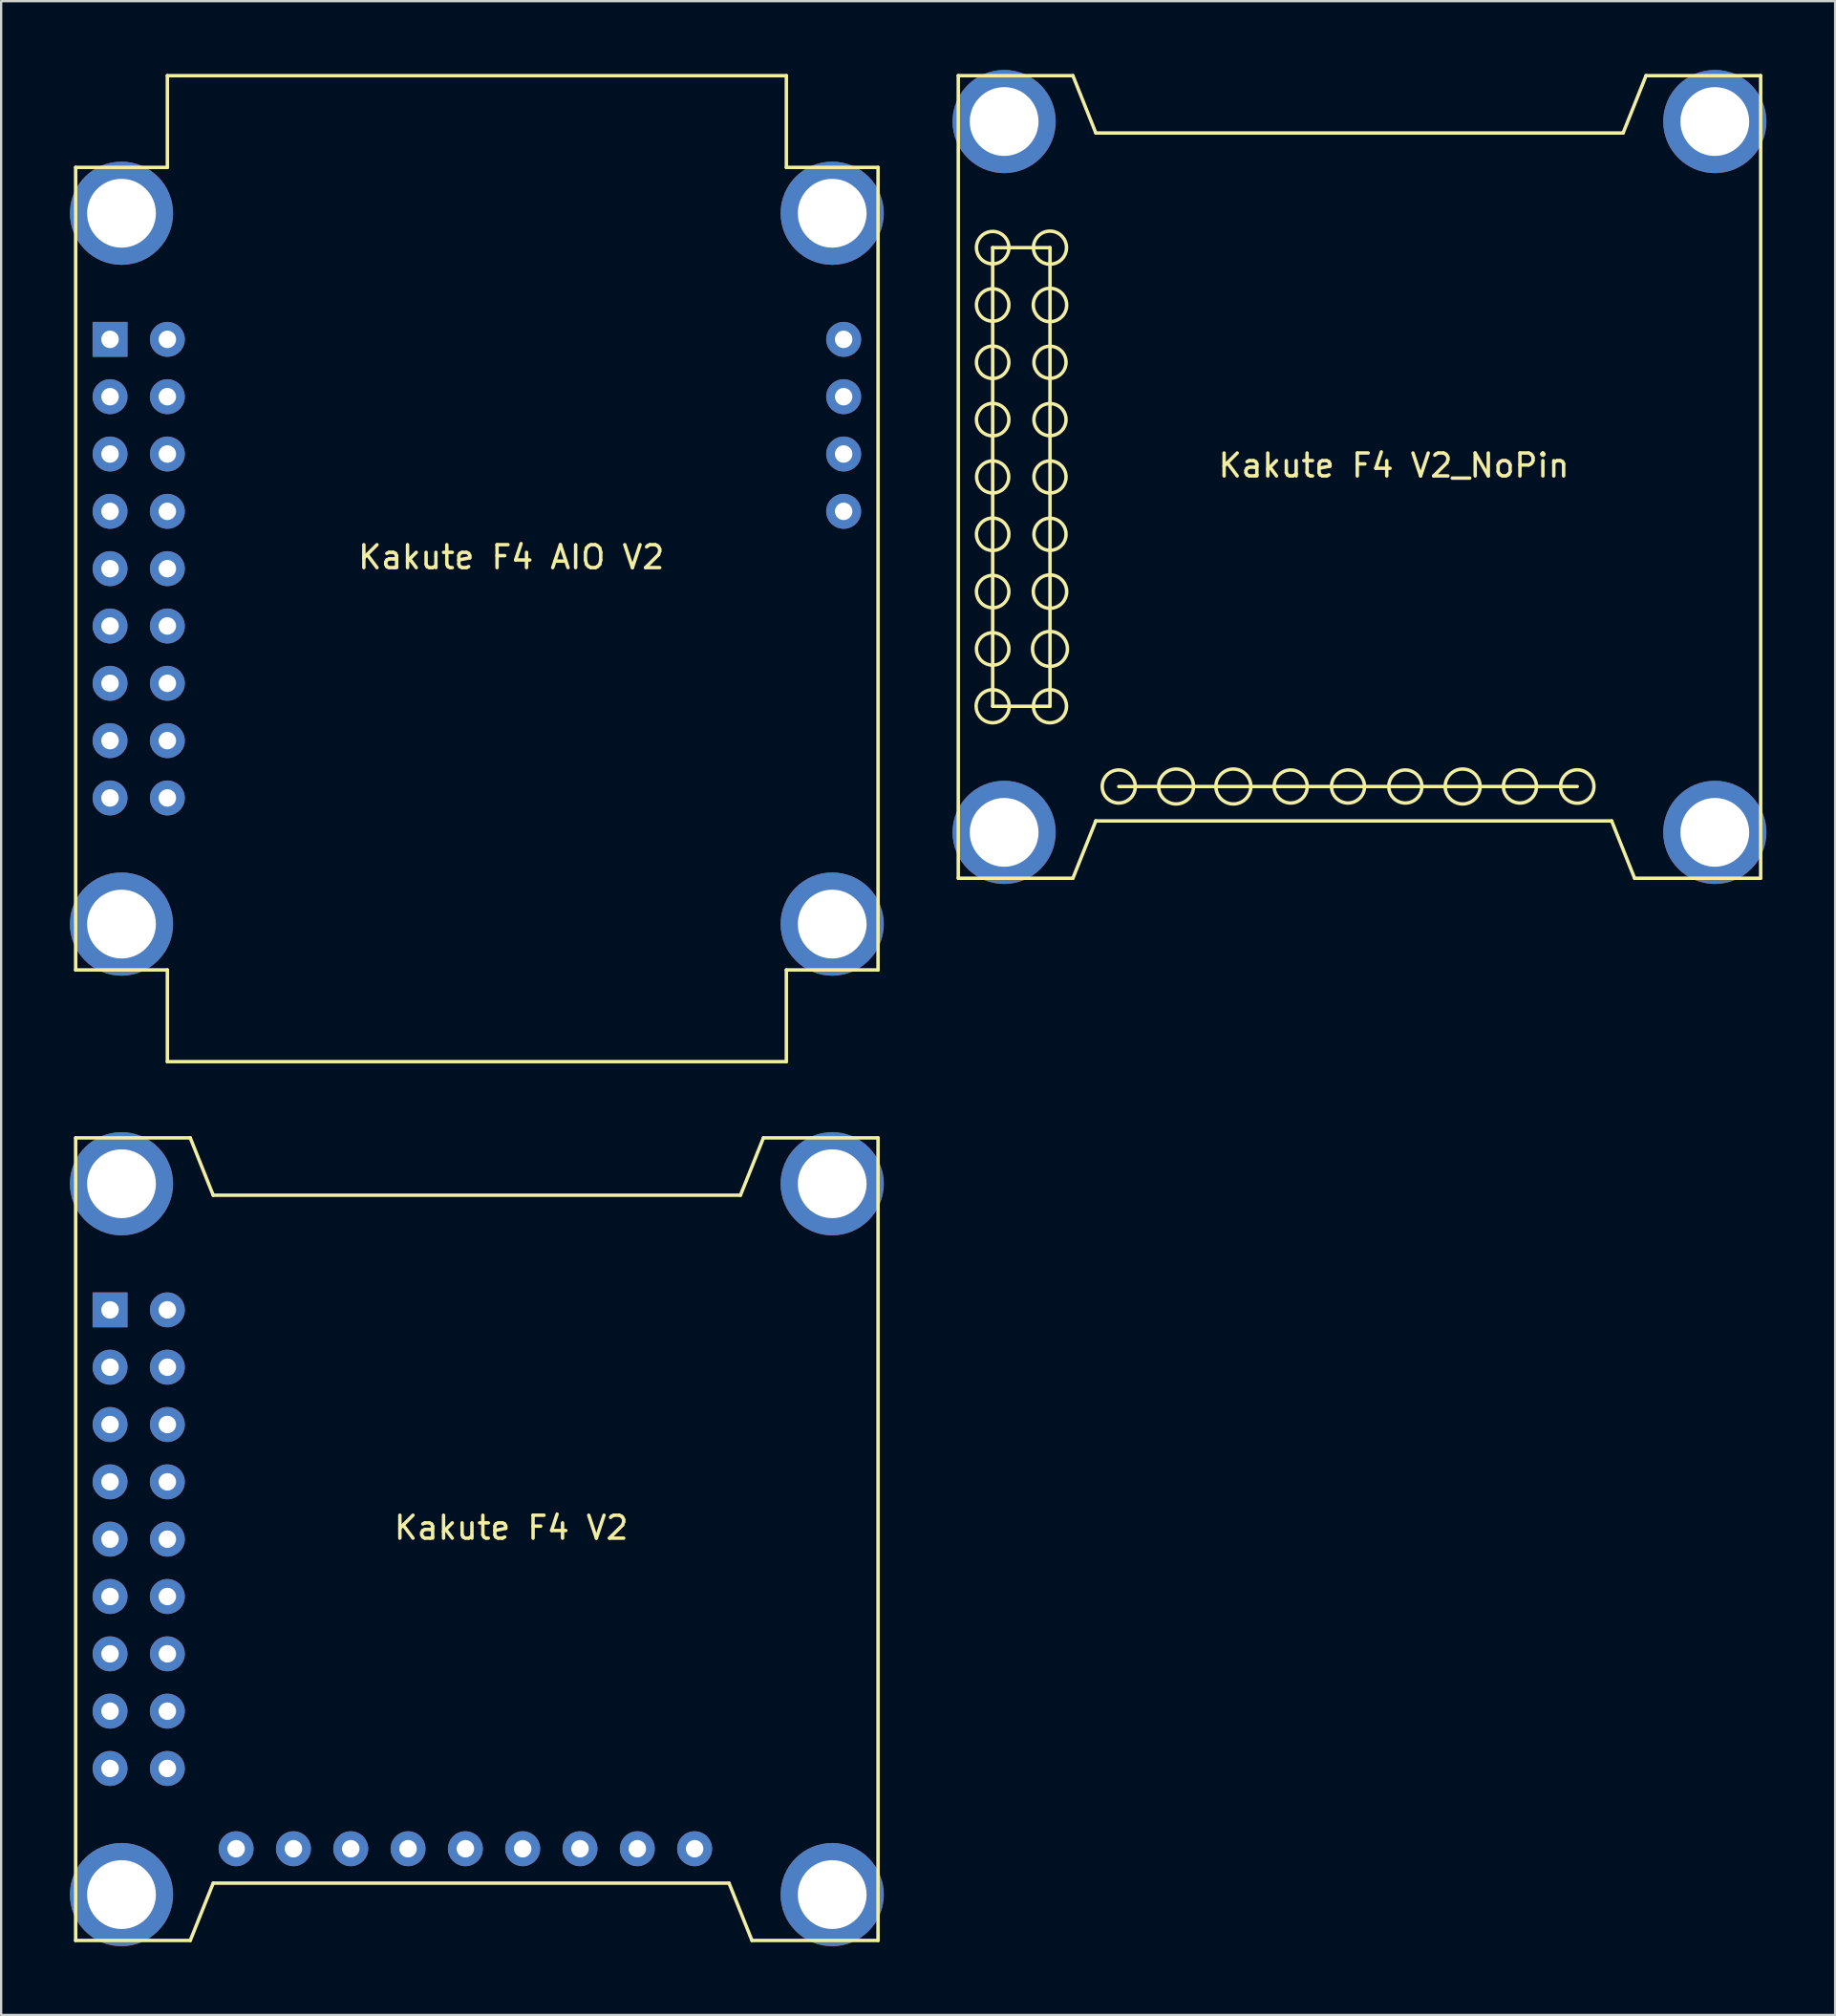
<source format=kicad_pcb>
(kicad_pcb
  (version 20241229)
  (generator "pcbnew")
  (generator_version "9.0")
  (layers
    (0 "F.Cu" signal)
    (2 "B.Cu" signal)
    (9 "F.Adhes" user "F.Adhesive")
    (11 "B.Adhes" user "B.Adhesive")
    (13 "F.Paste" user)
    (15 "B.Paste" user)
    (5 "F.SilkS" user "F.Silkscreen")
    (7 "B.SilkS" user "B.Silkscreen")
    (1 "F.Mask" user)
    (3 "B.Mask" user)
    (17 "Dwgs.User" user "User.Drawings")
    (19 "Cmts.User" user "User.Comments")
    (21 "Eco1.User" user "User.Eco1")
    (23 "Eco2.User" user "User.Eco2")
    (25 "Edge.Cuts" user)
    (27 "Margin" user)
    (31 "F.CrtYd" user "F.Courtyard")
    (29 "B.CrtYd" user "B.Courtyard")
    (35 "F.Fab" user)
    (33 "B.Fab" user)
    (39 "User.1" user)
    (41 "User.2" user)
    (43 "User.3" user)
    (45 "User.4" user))
  (footprint "Kakute F4 V2_NoPin"
    (layer "F.Cu")
    (at 38.75 0.25)
    (property "Reference" "Kakute F4 V2_NoPin" (at 19 17 0) (layer "F.SilkS") (effects (font (size 1 1) (thickness 0.15))))
    (attr through_hole)
    (fp_line (start 0 0) (end 5 0) (stroke (width 0.15) (type solid)) (layer "F.SilkS"))
    (fp_line (start 0 35) (end 0 0) (stroke (width 0.15) (type solid)) (layer "F.SilkS"))
    (fp_line (start 1.5 7.5) (end 4 7.5) (stroke (width 0.15) (type solid)) (layer "F.SilkS"))
    (fp_line (start 1.5 27.5) (end 1.5 7.5) (stroke (width 0.15) (type solid)) (layer "F.SilkS"))
    (fp_line (start 4 7.5) (end 4 27.5) (stroke (width 0.15) (type solid)) (layer "F.SilkS"))
    (fp_line (start 4 27.5) (end 1.5 27.5) (stroke (width 0.15) (type solid)) (layer "F.SilkS"))
    (fp_line (start 5 0) (end 6 2.5) (stroke (width 0.15) (type solid)) (layer "F.SilkS"))
    (fp_line (start 5 35) (end 0 35) (stroke (width 0.15) (type solid)) (layer "F.SilkS"))
    (fp_line (start 6 2.5) (end 29 2.5) (stroke (width 0.15) (type solid)) (layer "F.SilkS"))
    (fp_line (start 6 32.5) (end 5 35) (stroke (width 0.15) (type solid)) (layer "F.SilkS"))
    (fp_line (start 7 31) (end 27 31) (stroke (width 0.15) (type solid)) (layer "F.SilkS"))
    (fp_line (start 28.5 32.5) (end 6 32.5) (stroke (width 0.15) (type solid)) (layer "F.SilkS"))
    (fp_line (start 29 2.5) (end 30 0) (stroke (width 0.15) (type solid)) (layer "F.SilkS"))
    (fp_line (start 29.5 35) (end 28.5 32.5) (stroke (width 0.15) (type solid)) (layer "F.SilkS"))
    (fp_line (start 30 0) (end 35 0) (stroke (width 0.15) (type solid)) (layer "F.SilkS"))
    (fp_line (start 35 0) (end 35 35) (stroke (width 0.15) (type solid)) (layer "F.SilkS"))
    (fp_line (start 35 35) (end 29.5 35) (stroke (width 0.15) (type solid)) (layer "F.SilkS"))
    (fp_circle (center 1.5 7.5) (end 2 7) (stroke (width 0.15) (type solid)) (fill no) (layer "F.SilkS"))
    (fp_circle (center 1.5 10) (end 2.2 10.1) (stroke (width 0.15) (type solid)) (fill no) (layer "F.SilkS"))
    (fp_circle (center 1.5 12.5) (end 2.2 12.6) (stroke (width 0.15) (type solid)) (fill no) (layer "F.SilkS"))
    (fp_circle (center 1.5 15) (end 2.2 14.9) (stroke (width 0.15) (type solid)) (fill no) (layer "F.SilkS"))
    (fp_circle (center 1.5 17.5) (end 2.2 17.5) (stroke (width 0.15) (type solid)) (fill no) (layer "F.SilkS"))
    (fp_circle (center 1.5 20) (end 2.2 19.9) (stroke (width 0.15) (type solid)) (fill no) (layer "F.SilkS"))
    (fp_circle (center 1.5 22.5) (end 2.2 22.4) (stroke (width 0.15) (type solid)) (fill no) (layer "F.SilkS"))
    (fp_circle (center 1.5 25) (end 2.2 24.9) (stroke (width 0.15) (type solid)) (fill no) (layer "F.SilkS"))
    (fp_circle (center 1.5 27.5) (end 1.9 28.1) (stroke (width 0.15) (type solid)) (fill no) (layer "F.SilkS"))
    (fp_circle (center 4 7.5) (end 4.6 7.1) (stroke (width 0.15) (type solid)) (fill no) (layer "F.SilkS"))
    (fp_circle (center 4 10) (end 4.7 10.2) (stroke (width 0.15) (type solid)) (fill no) (layer "F.SilkS"))
    (fp_circle (center 4 12.5) (end 4.7 12.5) (stroke (width 0.15) (type solid)) (fill no) (layer "F.SilkS"))
    (fp_circle (center 4 15) (end 4.7 15) (stroke (width 0.15) (type solid)) (fill no) (layer "F.SilkS"))
    (fp_circle (center 4 17.5) (end 4.7 17.5) (stroke (width 0.15) (type solid)) (fill no) (layer "F.SilkS"))
    (fp_circle (center 4 20) (end 4.7 20) (stroke (width 0.15) (type solid)) (fill no) (layer "F.SilkS"))
    (fp_circle (center 4 22.5) (end 4.7 22.3) (stroke (width 0.15) (type solid)) (fill no) (layer "F.SilkS"))
    (fp_circle (center 4 25) (end 4.7 24.7) (stroke (width 0.15) (type solid)) (fill no) (layer "F.SilkS"))
    (fp_circle (center 4 27.5) (end 4.6 27.1) (stroke (width 0.15) (type solid)) (fill no) (layer "F.SilkS"))
    (fp_circle (center 7 31) (end 7.6 30.6) (stroke (width 0.15) (type solid)) (fill no) (layer "F.SilkS"))
    (fp_circle (center 9.5 31) (end 10.2 30.7) (stroke (width 0.15) (type solid)) (fill no) (layer "F.SilkS"))
    (fp_circle (center 12 31) (end 12.7 30.7) (stroke (width 0.15) (type solid)) (fill no) (layer "F.SilkS"))
    (fp_circle (center 14.5 31) (end 15.1 30.6) (stroke (width 0.15) (type solid)) (fill no) (layer "F.SilkS"))
    (fp_circle (center 17 31) (end 17.6 30.6) (stroke (width 0.15) (type solid)) (fill no) (layer "F.SilkS"))
    (fp_circle (center 19.5 31) (end 20.1 30.6) (stroke (width 0.15) (type solid)) (fill no) (layer "F.SilkS"))
    (fp_circle (center 22 31) (end 22.7 30.7) (stroke (width 0.15) (type solid)) (fill no) (layer "F.SilkS"))
    (fp_circle (center 24.5 31) (end 25.1 30.6) (stroke (width 0.15) (type solid)) (fill no) (layer "F.SilkS"))
    (fp_circle (center 27 31) (end 27.7 30.8) (stroke (width 0.15) (type solid)) (fill no) (layer "F.SilkS"))
    (pad "" np_thru_hole circle (at 2 2) (size 4.5 4.5) (drill 3) (layers "*.Cu" "*.Mask"))
    (pad "" np_thru_hole circle (at 2 33) (size 4.5 4.5) (drill 3) (layers "*.Cu" "*.Mask"))
    (pad "" np_thru_hole circle (at 33 2) (size 4.5 4.5) (drill 3) (layers "*.Cu" "*.Mask"))
    (pad "" np_thru_hole circle (at 33 33) (size 4.5 4.5) (drill 3) (layers "*.Cu" "*.Mask")))
  (footprint "Kakute F4 V2"
    (layer "F.Cu")
    (at 0.25 46.575)
    (property "Reference" "Kakute F4 V2" (at 19 17 0) (layer "F.SilkS") (effects (font (size 1 1) (thickness 0.15))))
    (attr through_hole)
    (fp_line (start 0 0) (end 5 0) (stroke (width 0.15) (type solid)) (layer "F.SilkS"))
    (fp_line (start 0 35) (end 0 0) (stroke (width 0.15) (type solid)) (layer "F.SilkS"))
    (fp_line (start 5 0) (end 6 2.5) (stroke (width 0.15) (type solid)) (layer "F.SilkS"))
    (fp_line (start 5 35) (end 0 35) (stroke (width 0.15) (type solid)) (layer "F.SilkS"))
    (fp_line (start 6 2.5) (end 29 2.5) (stroke (width 0.15) (type solid)) (layer "F.SilkS"))
    (fp_line (start 6 32.5) (end 5 35) (stroke (width 0.15) (type solid)) (layer "F.SilkS"))
    (fp_line (start 28.5 32.5) (end 6 32.5) (stroke (width 0.15) (type solid)) (layer "F.SilkS"))
    (fp_line (start 29 2.5) (end 30 0) (stroke (width 0.15) (type solid)) (layer "F.SilkS"))
    (fp_line (start 29.5 35) (end 28.5 32.5) (stroke (width 0.15) (type solid)) (layer "F.SilkS"))
    (fp_line (start 30 0) (end 35 0) (stroke (width 0.15) (type solid)) (layer "F.SilkS"))
    (fp_line (start 35 0) (end 35 35) (stroke (width 0.15) (type solid)) (layer "F.SilkS"))
    (fp_line (start 35 35) (end 29.5 35) (stroke (width 0.15) (type solid)) (layer "F.SilkS"))
    (pad "" np_thru_hole circle (at 2 2) (size 4.5 4.5) (drill 3) (layers "*.Cu" "*.Mask"))
    (pad "" np_thru_hole circle (at 2 33) (size 4.5 4.5) (drill 3) (layers "*.Cu" "*.Mask"))
    (pad "" np_thru_hole circle (at 33 2) (size 4.5 4.5) (drill 3) (layers "*.Cu" "*.Mask"))
    (pad "" np_thru_hole circle (at 33 33) (size 4.5 4.5) (drill 3) (layers "*.Cu" "*.Mask"))
    (pad "1" thru_hole rect (at 1.5 7.5) (size 1.524 1.524) (drill 0.762) (layers "*.Cu" "*.Mask"))
    (pad "2" thru_hole circle (at 4 7.5) (size 1.524 1.524) (drill 0.762) (layers "*.Cu" "*.Mask"))
    (pad "3" thru_hole circle (at 1.5 10) (size 1.524 1.524) (drill 0.762) (layers "*.Cu" "*.Mask"))
    (pad "4" thru_hole circle (at 4 10) (size 1.524 1.524) (drill 0.762) (layers "*.Cu" "*.Mask"))
    (pad "5" thru_hole circle (at 1.5 12.5) (size 1.524 1.524) (drill 0.762) (layers "*.Cu" "*.Mask"))
    (pad "6" thru_hole circle (at 4 12.5) (size 1.524 1.524) (drill 0.762) (layers "*.Cu" "*.Mask"))
    (pad "7" thru_hole circle (at 1.5 15) (size 1.524 1.524) (drill 0.762) (layers "*.Cu" "*.Mask"))
    (pad "8" thru_hole circle (at 4 15) (size 1.524 1.524) (drill 0.762) (layers "*.Cu" "*.Mask"))
    (pad "9" thru_hole circle (at 1.5 17.5) (size 1.524 1.524) (drill 0.762) (layers "*.Cu" "*.Mask"))
    (pad "10" thru_hole circle (at 4 17.5) (size 1.524 1.524) (drill 0.762) (layers "*.Cu" "*.Mask"))
    (pad "11" thru_hole circle (at 1.5 20) (size 1.524 1.524) (drill 0.762) (layers "*.Cu" "*.Mask"))
    (pad "12" thru_hole circle (at 4 20) (size 1.524 1.524) (drill 0.762) (layers "*.Cu" "*.Mask"))
    (pad "13" thru_hole circle (at 1.5 22.5) (size 1.524 1.524) (drill 0.762) (layers "*.Cu" "*.Mask"))
    (pad "14" thru_hole circle (at 4 22.5) (size 1.524 1.524) (drill 0.762) (layers "*.Cu" "*.Mask"))
    (pad "15" thru_hole circle (at 1.5 25) (size 1.524 1.524) (drill 0.762) (layers "*.Cu" "*.Mask"))
    (pad "16" thru_hole circle (at 4 25) (size 1.524 1.524) (drill 0.762) (layers "*.Cu" "*.Mask"))
    (pad "17" thru_hole circle (at 1.5 27.5) (size 1.524 1.524) (drill 0.762) (layers "*.Cu" "*.Mask"))
    (pad "18" thru_hole circle (at 4 27.5) (size 1.524 1.524) (drill 0.762) (layers "*.Cu" "*.Mask"))
    (pad "19" thru_hole circle (at 7 31) (size 1.524 1.524) (drill 0.762) (layers "*.Cu" "*.Mask"))
    (pad "20" thru_hole circle (at 9.5 31) (size 1.524 1.524) (drill 0.762) (layers "*.Cu" "*.Mask"))
    (pad "21" thru_hole circle (at 12 31) (size 1.524 1.524) (drill 0.762) (layers "*.Cu" "*.Mask"))
    (pad "22" thru_hole circle (at 14.5 31) (size 1.524 1.524) (drill 0.762) (layers "*.Cu" "*.Mask"))
    (pad "23" thru_hole circle (at 17 31) (size 1.524 1.524) (drill 0.762) (layers "*.Cu" "*.Mask"))
    (pad "24" thru_hole circle (at 19.5 31) (size 1.524 1.524) (drill 0.762) (layers "*.Cu" "*.Mask"))
    (pad "25" thru_hole circle (at 22 31) (size 1.524 1.524) (drill 0.762) (layers "*.Cu" "*.Mask"))
    (pad "26" thru_hole circle (at 24.5 31) (size 1.524 1.524) (drill 0.762) (layers "*.Cu" "*.Mask"))
    (pad "27" thru_hole circle (at 27 31) (size 1.524 1.524) (drill 0.762) (layers "*.Cu" "*.Mask")))
  (footprint "Kakute F4 AIO V2"
    (layer "F.Cu")
    (at 0.25 0.25)
    (property "Reference" "Kakute F4 AIO V2" (at 19 21 0) (layer "F.SilkS") (effects (font (size 1 1) (thickness 0.15))))
    (attr through_hole)
    (fp_line (start 0 4) (end 4 4) (stroke (width 0.15) (type solid)) (layer "F.SilkS"))
    (fp_line (start 0 39) (end 0 4) (stroke (width 0.15) (type solid)) (layer "F.SilkS"))
    (fp_line (start 4 0) (end 31 0) (stroke (width 0.15) (type solid)) (layer "F.SilkS"))
    (fp_line (start 4 4) (end 4 0) (stroke (width 0.15) (type solid)) (layer "F.SilkS"))
    (fp_line (start 4 39) (end 0 39) (stroke (width 0.15) (type solid)) (layer "F.SilkS"))
    (fp_line (start 4 43) (end 4 39) (stroke (width 0.15) (type solid)) (layer "F.SilkS"))
    (fp_line (start 31 0) (end 31 4) (stroke (width 0.15) (type solid)) (layer "F.SilkS"))
    (fp_line (start 31 4) (end 35 4) (stroke (width 0.15) (type solid)) (layer "F.SilkS"))
    (fp_line (start 31 39) (end 31 43) (stroke (width 0.15) (type solid)) (layer "F.SilkS"))
    (fp_line (start 31 43) (end 4 43) (stroke (width 0.15) (type solid)) (layer "F.SilkS"))
    (fp_line (start 35 4) (end 35 39) (stroke (width 0.15) (type solid)) (layer "F.SilkS"))
    (fp_line (start 35 39) (end 31 39) (stroke (width 0.15) (type solid)) (layer "F.SilkS"))
    (pad "" np_thru_hole circle (at 2 6) (size 4.5 4.5) (drill 3) (layers "*.Cu" "*.Mask"))
    (pad "" np_thru_hole circle (at 2 37) (size 4.5 4.5) (drill 3) (layers "*.Cu" "*.Mask"))
    (pad "" np_thru_hole circle (at 33 6) (size 4.5 4.5) (drill 3) (layers "*.Cu" "*.Mask"))
    (pad "" np_thru_hole circle (at 33 37) (size 4.5 4.5) (drill 3) (layers "*.Cu" "*.Mask"))
    (pad "1" thru_hole rect (at 1.5 11.5) (size 1.524 1.524) (drill 0.762) (layers "*.Cu" "*.Mask"))
    (pad "2" thru_hole circle (at 4 11.5) (size 1.524 1.524) (drill 0.762) (layers "*.Cu" "*.Mask"))
    (pad "3" thru_hole circle (at 1.5 14) (size 1.524 1.524) (drill 0.762) (layers "*.Cu" "*.Mask"))
    (pad "4" thru_hole circle (at 4 14) (size 1.524 1.524) (drill 0.762) (layers "*.Cu" "*.Mask"))
    (pad "5" thru_hole circle (at 1.5 16.5) (size 1.524 1.524) (drill 0.762) (layers "*.Cu" "*.Mask"))
    (pad "6" thru_hole circle (at 4 16.5) (size 1.524 1.524) (drill 0.762) (layers "*.Cu" "*.Mask"))
    (pad "7" thru_hole circle (at 1.5 19) (size 1.524 1.524) (drill 0.762) (layers "*.Cu" "*.Mask"))
    (pad "8" thru_hole circle (at 4 19) (size 1.524 1.524) (drill 0.762) (layers "*.Cu" "*.Mask"))
    (pad "9" thru_hole circle (at 1.5 21.5) (size 1.524 1.524) (drill 0.762) (layers "*.Cu" "*.Mask"))
    (pad "10" thru_hole circle (at 4 21.5) (size 1.524 1.524) (drill 0.762) (layers "*.Cu" "*.Mask"))
    (pad "11" thru_hole circle (at 1.5 24) (size 1.524 1.524) (drill 0.762) (layers "*.Cu" "*.Mask"))
    (pad "12" thru_hole circle (at 4 24) (size 1.524 1.524) (drill 0.762) (layers "*.Cu" "*.Mask"))
    (pad "13" thru_hole circle (at 1.5 26.5) (size 1.524 1.524) (drill 0.762) (layers "*.Cu" "*.Mask"))
    (pad "14" thru_hole circle (at 4 26.5) (size 1.524 1.524) (drill 0.762) (layers "*.Cu" "*.Mask"))
    (pad "15" thru_hole circle (at 1.5 29) (size 1.524 1.524) (drill 0.762) (layers "*.Cu" "*.Mask"))
    (pad "16" thru_hole circle (at 4 29) (size 1.524 1.524) (drill 0.762) (layers "*.Cu" "*.Mask"))
    (pad "17" thru_hole circle (at 1.5 31.5) (size 1.524 1.524) (drill 0.762) (layers "*.Cu" "*.Mask"))
    (pad "18" thru_hole circle (at 4 31.5) (size 1.524 1.524) (drill 0.762) (layers "*.Cu" "*.Mask"))
    (pad "19" thru_hole circle (at 33.5 11.5) (size 1.524 1.524) (drill 0.762) (layers "*.Cu" "*.Mask"))
    (pad "20" thru_hole circle (at 33.5 14) (size 1.524 1.524) (drill 0.762) (layers "*.Cu" "*.Mask"))
    (pad "21" thru_hole circle (at 33.5 16.5) (size 1.524 1.524) (drill 0.762) (layers "*.Cu" "*.Mask"))
    (pad "22" thru_hole circle (at 33.5 19) (size 1.524 1.524) (drill 0.762) (layers "*.Cu" "*.Mask")))
  (gr_rect
    (start -3 -3)
    (end 77 84.825)
    (stroke (width 0.1) (type default))
    (fill no)
    (layer "Edge.Cuts")))
</source>
